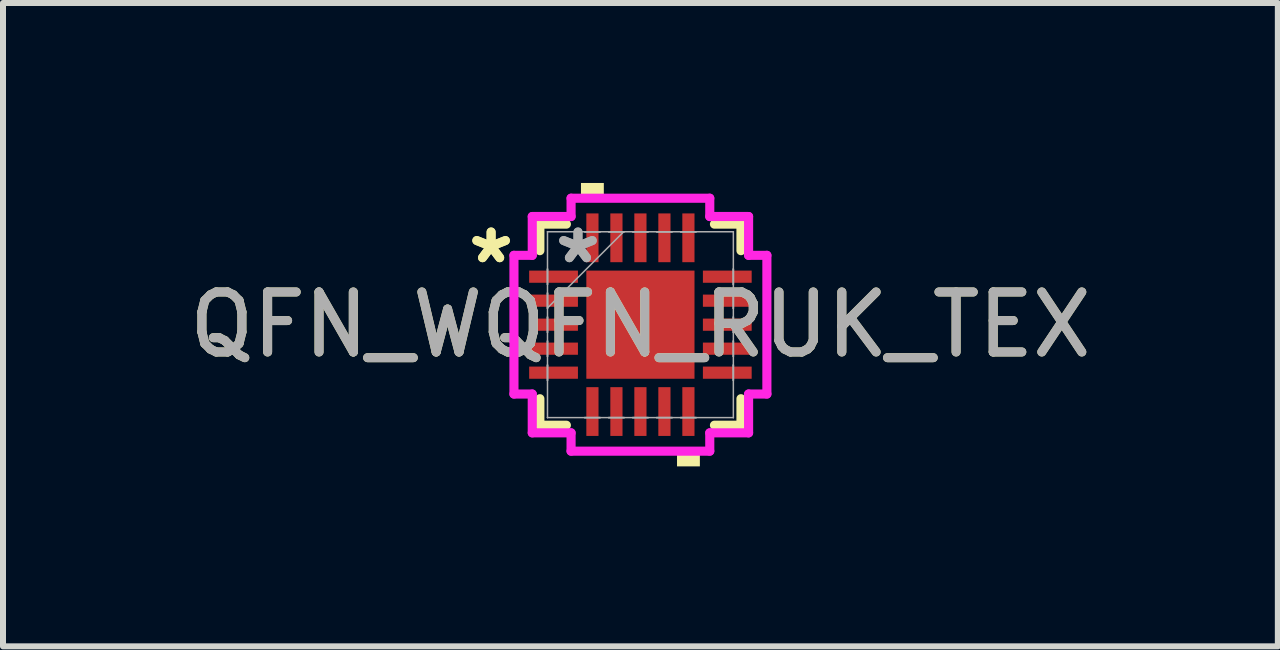
<source format=kicad_pcb>
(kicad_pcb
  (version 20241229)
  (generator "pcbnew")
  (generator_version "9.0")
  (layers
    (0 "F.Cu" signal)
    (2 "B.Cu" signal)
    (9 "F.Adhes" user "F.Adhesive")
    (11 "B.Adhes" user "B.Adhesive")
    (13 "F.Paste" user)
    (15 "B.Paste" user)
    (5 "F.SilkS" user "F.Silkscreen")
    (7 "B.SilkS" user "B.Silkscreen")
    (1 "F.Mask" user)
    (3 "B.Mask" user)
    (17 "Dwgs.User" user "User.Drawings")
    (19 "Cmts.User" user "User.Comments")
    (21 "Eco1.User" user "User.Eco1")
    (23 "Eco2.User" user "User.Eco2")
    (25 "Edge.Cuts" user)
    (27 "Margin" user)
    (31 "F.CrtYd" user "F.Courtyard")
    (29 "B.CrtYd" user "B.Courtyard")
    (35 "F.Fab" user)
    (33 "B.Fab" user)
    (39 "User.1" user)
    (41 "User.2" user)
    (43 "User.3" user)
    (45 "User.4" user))
  (footprint "QFN_WQFN_RUK_TEX"
    (layer "F.Cu")
    (at 7.625 2.362)
    (property "Reference" "QFN_WQFN_RUK_TEX" (at 0 0 0) (unlocked yes) (layer "F.SilkS") (effects (font (size 1 1) (thickness 0.15))))
    (attr smd)
    (fp_line (start -1.676 -1.676) (end -1.676 -1.234) (stroke (width 0.152) (type solid)) (layer "F.SilkS"))
    (fp_line (start -1.676 1.234) (end -1.676 1.676) (stroke (width 0.152) (type solid)) (layer "F.SilkS"))
    (fp_line (start -1.676 1.676) (end -1.234 1.676) (stroke (width 0.152) (type solid)) (layer "F.SilkS"))
    (fp_line (start -1.234 -1.676) (end -1.676 -1.676) (stroke (width 0.152) (type solid)) (layer "F.SilkS"))
    (fp_line (start 1.234 1.676) (end 1.676 1.676) (stroke (width 0.152) (type solid)) (layer "F.SilkS"))
    (fp_line (start 1.676 -1.676) (end 1.234 -1.676) (stroke (width 0.152) (type solid)) (layer "F.SilkS"))
    (fp_line (start 1.676 -1.234) (end 1.676 -1.676) (stroke (width 0.152) (type solid)) (layer "F.SilkS"))
    (fp_line (start 1.676 1.676) (end 1.676 1.234) (stroke (width 0.152) (type solid)) (layer "F.SilkS"))
    (fp_poly (pts (xy -0.991 -2.108) (xy -0.991 -2.362) (xy -0.61 -2.362) (xy -0.61 -2.108)) (stroke (width 0) (type solid)) (fill yes) (layer "F.SilkS"))
    (fp_poly (pts (xy 0.61 2.108) (xy 0.61 2.362) (xy 0.991 2.362) (xy 0.991 2.108)) (stroke (width 0) (type solid)) (fill yes) (layer "F.SilkS"))
    (fp_line (start -2.108 -1.156) (end -1.803 -1.156) (stroke (width 0.152) (type solid)) (layer "F.CrtYd"))
    (fp_line (start -2.108 1.156) (end -2.108 -1.156) (stroke (width 0.152) (type solid)) (layer "F.CrtYd"))
    (fp_line (start -1.803 -1.803) (end -1.156 -1.803) (stroke (width 0.152) (type solid)) (layer "F.CrtYd"))
    (fp_line (start -1.803 -1.156) (end -1.803 -1.803) (stroke (width 0.152) (type solid)) (layer "F.CrtYd"))
    (fp_line (start -1.803 1.156) (end -2.108 1.156) (stroke (width 0.152) (type solid)) (layer "F.CrtYd"))
    (fp_line (start -1.803 1.803) (end -1.803 1.156) (stroke (width 0.152) (type solid)) (layer "F.CrtYd"))
    (fp_line (start -1.156 -2.108) (end 1.156 -2.108) (stroke (width 0.152) (type solid)) (layer "F.CrtYd"))
    (fp_line (start -1.156 -1.803) (end -1.156 -2.108) (stroke (width 0.152) (type solid)) (layer "F.CrtYd"))
    (fp_line (start -1.156 1.803) (end -1.803 1.803) (stroke (width 0.152) (type solid)) (layer "F.CrtYd"))
    (fp_line (start -1.156 2.108) (end -1.156 1.803) (stroke (width 0.152) (type solid)) (layer "F.CrtYd"))
    (fp_line (start 1.156 -2.108) (end 1.156 -1.803) (stroke (width 0.152) (type solid)) (layer "F.CrtYd"))
    (fp_line (start 1.156 -1.803) (end 1.803 -1.803) (stroke (width 0.152) (type solid)) (layer "F.CrtYd"))
    (fp_line (start 1.156 1.803) (end 1.156 2.108) (stroke (width 0.152) (type solid)) (layer "F.CrtYd"))
    (fp_line (start 1.156 2.108) (end -1.156 2.108) (stroke (width 0.152) (type solid)) (layer "F.CrtYd"))
    (fp_line (start 1.803 -1.803) (end 1.803 -1.156) (stroke (width 0.152) (type solid)) (layer "F.CrtYd"))
    (fp_line (start 1.803 -1.156) (end 2.108 -1.156) (stroke (width 0.152) (type solid)) (layer "F.CrtYd"))
    (fp_line (start 1.803 1.156) (end 1.803 1.803) (stroke (width 0.152) (type solid)) (layer "F.CrtYd"))
    (fp_line (start 1.803 1.803) (end 1.156 1.803) (stroke (width 0.152) (type solid)) (layer "F.CrtYd"))
    (fp_line (start 2.108 -1.156) (end 2.108 1.156) (stroke (width 0.152) (type solid)) (layer "F.CrtYd"))
    (fp_line (start 2.108 1.156) (end 1.803 1.156) (stroke (width 0.152) (type solid)) (layer "F.CrtYd"))
    (fp_line (start -1.549 -1.549) (end -1.549 -1.549) (stroke (width 0.025) (type solid)) (layer "F.Fab"))
    (fp_line (start -1.549 -1.549) (end -1.549 1.549) (stroke (width 0.025) (type solid)) (layer "F.Fab"))
    (fp_line (start -1.549 -0.927) (end -1.549 -0.927) (stroke (width 0.025) (type solid)) (layer "F.Fab"))
    (fp_line (start -1.549 -0.927) (end -1.549 -0.673) (stroke (width 0.025) (type solid)) (layer "F.Fab"))
    (fp_line (start -1.549 -0.673) (end -1.549 -0.927) (stroke (width 0.025) (type solid)) (layer "F.Fab"))
    (fp_line (start -1.549 -0.673) (end -1.549 -0.673) (stroke (width 0.025) (type solid)) (layer "F.Fab"))
    (fp_line (start -1.549 -0.527) (end -1.549 -0.527) (stroke (width 0.025) (type solid)) (layer "F.Fab"))
    (fp_line (start -1.549 -0.527) (end -1.549 -0.273) (stroke (width 0.025) (type solid)) (layer "F.Fab"))
    (fp_line (start -1.549 -0.279) (end -0.279 -1.549) (stroke (width 0.025) (type solid)) (layer "F.Fab"))
    (fp_line (start -1.549 -0.273) (end -1.549 -0.527) (stroke (width 0.025) (type solid)) (layer "F.Fab"))
    (fp_line (start -1.549 -0.273) (end -1.549 -0.273) (stroke (width 0.025) (type solid)) (layer "F.Fab"))
    (fp_line (start -1.549 -0.127) (end -1.549 -0.127) (stroke (width 0.025) (type solid)) (layer "F.Fab"))
    (fp_line (start -1.549 -0.127) (end -1.549 0.127) (stroke (width 0.025) (type solid)) (layer "F.Fab"))
    (fp_line (start -1.549 0.127) (end -1.549 -0.127) (stroke (width 0.025) (type solid)) (layer "F.Fab"))
    (fp_line (start -1.549 0.127) (end -1.549 0.127) (stroke (width 0.025) (type solid)) (layer "F.Fab"))
    (fp_line (start -1.549 0.273) (end -1.549 0.273) (stroke (width 0.025) (type solid)) (layer "F.Fab"))
    (fp_line (start -1.549 0.273) (end -1.549 0.527) (stroke (width 0.025) (type solid)) (layer "F.Fab"))
    (fp_line (start -1.549 0.527) (end -1.549 0.273) (stroke (width 0.025) (type solid)) (layer "F.Fab"))
    (fp_line (start -1.549 0.527) (end -1.549 0.527) (stroke (width 0.025) (type solid)) (layer "F.Fab"))
    (fp_line (start -1.549 0.673) (end -1.549 0.673) (stroke (width 0.025) (type solid)) (layer "F.Fab"))
    (fp_line (start -1.549 0.673) (end -1.549 0.927) (stroke (width 0.025) (type solid)) (layer "F.Fab"))
    (fp_line (start -1.549 0.927) (end -1.549 0.673) (stroke (width 0.025) (type solid)) (layer "F.Fab"))
    (fp_line (start -1.549 0.927) (end -1.549 0.927) (stroke (width 0.025) (type solid)) (layer "F.Fab"))
    (fp_line (start -1.549 1.549) (end -1.549 1.549) (stroke (width 0.025) (type solid)) (layer "F.Fab"))
    (fp_line (start -1.549 1.549) (end 1.549 1.549) (stroke (width 0.025) (type solid)) (layer "F.Fab"))
    (fp_line (start -0.927 -1.549) (end -0.927 -1.549) (stroke (width 0.025) (type solid)) (layer "F.Fab"))
    (fp_line (start -0.927 -1.549) (end -0.673 -1.549) (stroke (width 0.025) (type solid)) (layer "F.Fab"))
    (fp_line (start -0.927 1.549) (end -0.927 1.549) (stroke (width 0.025) (type solid)) (layer "F.Fab"))
    (fp_line (start -0.927 1.549) (end -0.673 1.549) (stroke (width 0.025) (type solid)) (layer "F.Fab"))
    (fp_line (start -0.673 -1.549) (end -0.927 -1.549) (stroke (width 0.025) (type solid)) (layer "F.Fab"))
    (fp_line (start -0.673 -1.549) (end -0.673 -1.549) (stroke (width 0.025) (type solid)) (layer "F.Fab"))
    (fp_line (start -0.673 1.549) (end -0.927 1.549) (stroke (width 0.025) (type solid)) (layer "F.Fab"))
    (fp_line (start -0.673 1.549) (end -0.673 1.549) (stroke (width 0.025) (type solid)) (layer "F.Fab"))
    (fp_line (start -0.527 -1.549) (end -0.527 -1.549) (stroke (width 0.025) (type solid)) (layer "F.Fab"))
    (fp_line (start -0.527 -1.549) (end -0.273 -1.549) (stroke (width 0.025) (type solid)) (layer "F.Fab"))
    (fp_line (start -0.527 1.549) (end -0.527 1.549) (stroke (width 0.025) (type solid)) (layer "F.Fab"))
    (fp_line (start -0.527 1.549) (end -0.273 1.549) (stroke (width 0.025) (type solid)) (layer "F.Fab"))
    (fp_line (start -0.273 -1.549) (end -0.527 -1.549) (stroke (width 0.025) (type solid)) (layer "F.Fab"))
    (fp_line (start -0.273 -1.549) (end -0.273 -1.549) (stroke (width 0.025) (type solid)) (layer "F.Fab"))
    (fp_line (start -0.273 1.549) (end -0.527 1.549) (stroke (width 0.025) (type solid)) (layer "F.Fab"))
    (fp_line (start -0.273 1.549) (end -0.273 1.549) (stroke (width 0.025) (type solid)) (layer "F.Fab"))
    (fp_line (start -0.127 -1.549) (end -0.127 -1.549) (stroke (width 0.025) (type solid)) (layer "F.Fab"))
    (fp_line (start -0.127 -1.549) (end 0.127 -1.549) (stroke (width 0.025) (type solid)) (layer "F.Fab"))
    (fp_line (start -0.127 1.549) (end -0.127 1.549) (stroke (width 0.025) (type solid)) (layer "F.Fab"))
    (fp_line (start -0.127 1.549) (end 0.127 1.549) (stroke (width 0.025) (type solid)) (layer "F.Fab"))
    (fp_line (start 0.127 -1.549) (end -0.127 -1.549) (stroke (width 0.025) (type solid)) (layer "F.Fab"))
    (fp_line (start 0.127 -1.549) (end 0.127 -1.549) (stroke (width 0.025) (type solid)) (layer "F.Fab"))
    (fp_line (start 0.127 1.549) (end -0.127 1.549) (stroke (width 0.025) (type solid)) (layer "F.Fab"))
    (fp_line (start 0.127 1.549) (end 0.127 1.549) (stroke (width 0.025) (type solid)) (layer "F.Fab"))
    (fp_line (start 0.273 -1.549) (end 0.273 -1.549) (stroke (width 0.025) (type solid)) (layer "F.Fab"))
    (fp_line (start 0.273 -1.549) (end 0.527 -1.549) (stroke (width 0.025) (type solid)) (layer "F.Fab"))
    (fp_line (start 0.273 1.549) (end 0.273 1.549) (stroke (width 0.025) (type solid)) (layer "F.Fab"))
    (fp_line (start 0.273 1.549) (end 0.527 1.549) (stroke (width 0.025) (type solid)) (layer "F.Fab"))
    (fp_line (start 0.527 -1.549) (end 0.273 -1.549) (stroke (width 0.025) (type solid)) (layer "F.Fab"))
    (fp_line (start 0.527 -1.549) (end 0.527 -1.549) (stroke (width 0.025) (type solid)) (layer "F.Fab"))
    (fp_line (start 0.527 1.549) (end 0.273 1.549) (stroke (width 0.025) (type solid)) (layer "F.Fab"))
    (fp_line (start 0.527 1.549) (end 0.527 1.549) (stroke (width 0.025) (type solid)) (layer "F.Fab"))
    (fp_line (start 0.673 -1.549) (end 0.673 -1.549) (stroke (width 0.025) (type solid)) (layer "F.Fab"))
    (fp_line (start 0.673 -1.549) (end 0.927 -1.549) (stroke (width 0.025) (type solid)) (layer "F.Fab"))
    (fp_line (start 0.673 1.549) (end 0.673 1.549) (stroke (width 0.025) (type solid)) (layer "F.Fab"))
    (fp_line (start 0.673 1.549) (end 0.927 1.549) (stroke (width 0.025) (type solid)) (layer "F.Fab"))
    (fp_line (start 0.927 -1.549) (end 0.673 -1.549) (stroke (width 0.025) (type solid)) (layer "F.Fab"))
    (fp_line (start 0.927 -1.549) (end 0.927 -1.549) (stroke (width 0.025) (type solid)) (layer "F.Fab"))
    (fp_line (start 0.927 1.549) (end 0.673 1.549) (stroke (width 0.025) (type solid)) (layer "F.Fab"))
    (fp_line (start 0.927 1.549) (end 0.927 1.549) (stroke (width 0.025) (type solid)) (layer "F.Fab"))
    (fp_line (start 1.549 -1.549) (end -1.549 -1.549) (stroke (width 0.025) (type solid)) (layer "F.Fab"))
    (fp_line (start 1.549 -1.549) (end 1.549 -1.549) (stroke (width 0.025) (type solid)) (layer "F.Fab"))
    (fp_line (start 1.549 -0.927) (end 1.549 -0.927) (stroke (width 0.025) (type solid)) (layer "F.Fab"))
    (fp_line (start 1.549 -0.927) (end 1.549 -0.673) (stroke (width 0.025) (type solid)) (layer "F.Fab"))
    (fp_line (start 1.549 -0.673) (end 1.549 -0.927) (stroke (width 0.025) (type solid)) (layer "F.Fab"))
    (fp_line (start 1.549 -0.673) (end 1.549 -0.673) (stroke (width 0.025) (type solid)) (layer "F.Fab"))
    (fp_line (start 1.549 -0.527) (end 1.549 -0.527) (stroke (width 0.025) (type solid)) (layer "F.Fab"))
    (fp_line (start 1.549 -0.527) (end 1.549 -0.273) (stroke (width 0.025) (type solid)) (layer "F.Fab"))
    (fp_line (start 1.549 -0.273) (end 1.549 -0.527) (stroke (width 0.025) (type solid)) (layer "F.Fab"))
    (fp_line (start 1.549 -0.273) (end 1.549 -0.273) (stroke (width 0.025) (type solid)) (layer "F.Fab"))
    (fp_line (start 1.549 -0.127) (end 1.549 -0.127) (stroke (width 0.025) (type solid)) (layer "F.Fab"))
    (fp_line (start 1.549 -0.127) (end 1.549 0.127) (stroke (width 0.025) (type solid)) (layer "F.Fab"))
    (fp_line (start 1.549 0.127) (end 1.549 -0.127) (stroke (width 0.025) (type solid)) (layer "F.Fab"))
    (fp_line (start 1.549 0.127) (end 1.549 0.127) (stroke (width 0.025) (type solid)) (layer "F.Fab"))
    (fp_line (start 1.549 0.273) (end 1.549 0.273) (stroke (width 0.025) (type solid)) (layer "F.Fab"))
    (fp_line (start 1.549 0.273) (end 1.549 0.527) (stroke (width 0.025) (type solid)) (layer "F.Fab"))
    (fp_line (start 1.549 0.527) (end 1.549 0.273) (stroke (width 0.025) (type solid)) (layer "F.Fab"))
    (fp_line (start 1.549 0.527) (end 1.549 0.527) (stroke (width 0.025) (type solid)) (layer "F.Fab"))
    (fp_line (start 1.549 0.673) (end 1.549 0.673) (stroke (width 0.025) (type solid)) (layer "F.Fab"))
    (fp_line (start 1.549 0.673) (end 1.549 0.927) (stroke (width 0.025) (type solid)) (layer "F.Fab"))
    (fp_line (start 1.549 0.927) (end 1.549 0.673) (stroke (width 0.025) (type solid)) (layer "F.Fab"))
    (fp_line (start 1.549 0.927) (end 1.549 0.927) (stroke (width 0.025) (type solid)) (layer "F.Fab"))
    (fp_line (start 1.549 1.549) (end 1.549 -1.549) (stroke (width 0.025) (type solid)) (layer "F.Fab"))
    (fp_line (start 1.549 1.549) (end 1.549 1.549) (stroke (width 0.025) (type solid)) (layer "F.Fab"))
    (fp_text user "*" (at -2.489 -1 0) (layer "F.SilkS") (effects (font (size 1 1) (thickness 0.15))))
    (fp_text user "*" (at -2.489 -1 0) (unlocked yes) (layer "F.SilkS") (effects (font (size 1 1) (thickness 0.15))))
    (fp_text user "*" (at -1.041 -1 0) (layer "F.Fab") (effects (font (size 1 1) (thickness 0.15))))
    (fp_text user "${REFERENCE}" (at 0 0 0) (unlocked yes) (layer "F.Fab") (effects (font (size 1 1) (thickness 0.15))))
    (fp_text user "*" (at -1.041 -1 0) (unlocked yes) (layer "F.Fab") (effects (font (size 1 1) (thickness 0.15))))
    (pad "1" smd rect (at -1.448 -0.8 90) (size 0.203 0.813) (layers "F.Cu" "F.Mask" "F.Paste"))
    (pad "2" smd rect (at -1.448 -0.4 90) (size 0.203 0.813) (layers "F.Cu" "F.Mask" "F.Paste"))
    (pad "3" smd rect (at -1.448 0 90) (size 0.203 0.813) (layers "F.Cu" "F.Mask" "F.Paste"))
    (pad "4" smd rect (at -1.448 0.4 90) (size 0.203 0.813) (layers "F.Cu" "F.Mask" "F.Paste"))
    (pad "5" smd rect (at -1.448 0.8 90) (size 0.203 0.813) (layers "F.Cu" "F.Mask" "F.Paste"))
    (pad "6" smd rect (at -0.8 1.448) (size 0.203 0.813) (layers "F.Cu" "F.Mask" "F.Paste"))
    (pad "7" smd rect (at -0.4 1.448) (size 0.203 0.813) (layers "F.Cu" "F.Mask" "F.Paste"))
    (pad "8" smd rect (at 0 1.448) (size 0.203 0.813) (layers "F.Cu" "F.Mask" "F.Paste"))
    (pad "9" smd rect (at 0.4 1.448) (size 0.203 0.813) (layers "F.Cu" "F.Mask" "F.Paste"))
    (pad "10" smd rect (at 0.8 1.448) (size 0.203 0.813) (layers "F.Cu" "F.Mask" "F.Paste"))
    (pad "11" smd rect (at 1.448 0.8 90) (size 0.203 0.813) (layers "F.Cu" "F.Mask" "F.Paste"))
    (pad "12" smd rect (at 1.448 0.4 90) (size 0.203 0.813) (layers "F.Cu" "F.Mask" "F.Paste"))
    (pad "13" smd rect (at 1.448 0 90) (size 0.203 0.813) (layers "F.Cu" "F.Mask" "F.Paste"))
    (pad "14" smd rect (at 1.448 -0.4 90) (size 0.203 0.813) (layers "F.Cu" "F.Mask" "F.Paste"))
    (pad "15" smd rect (at 1.448 -0.8 90) (size 0.203 0.813) (layers "F.Cu" "F.Mask" "F.Paste"))
    (pad "16" smd rect (at 0.8 -1.448) (size 0.203 0.813) (layers "F.Cu" "F.Mask" "F.Paste"))
    (pad "17" smd rect (at 0.4 -1.448) (size 0.203 0.813) (layers "F.Cu" "F.Mask" "F.Paste"))
    (pad "18" smd rect (at 0 -1.448) (size 0.203 0.813) (layers "F.Cu" "F.Mask" "F.Paste"))
    (pad "19" smd rect (at -0.4 -1.448) (size 0.203 0.813) (layers "F.Cu" "F.Mask" "F.Paste"))
    (pad "20" smd rect (at -0.8 -1.448) (size 0.203 0.813) (layers "F.Cu" "F.Mask" "F.Paste"))
    (pad "21" smd rect (at 0 0) (size 1.803 1.803) (layers "F.Cu" "F.Mask" "F.Paste")))
  (gr_rect
    (start -3 -3)
    (end 18.25 7.724)
    (stroke (width 0.1) (type default))
    (fill no)
    (layer "Edge.Cuts")))
</source>
